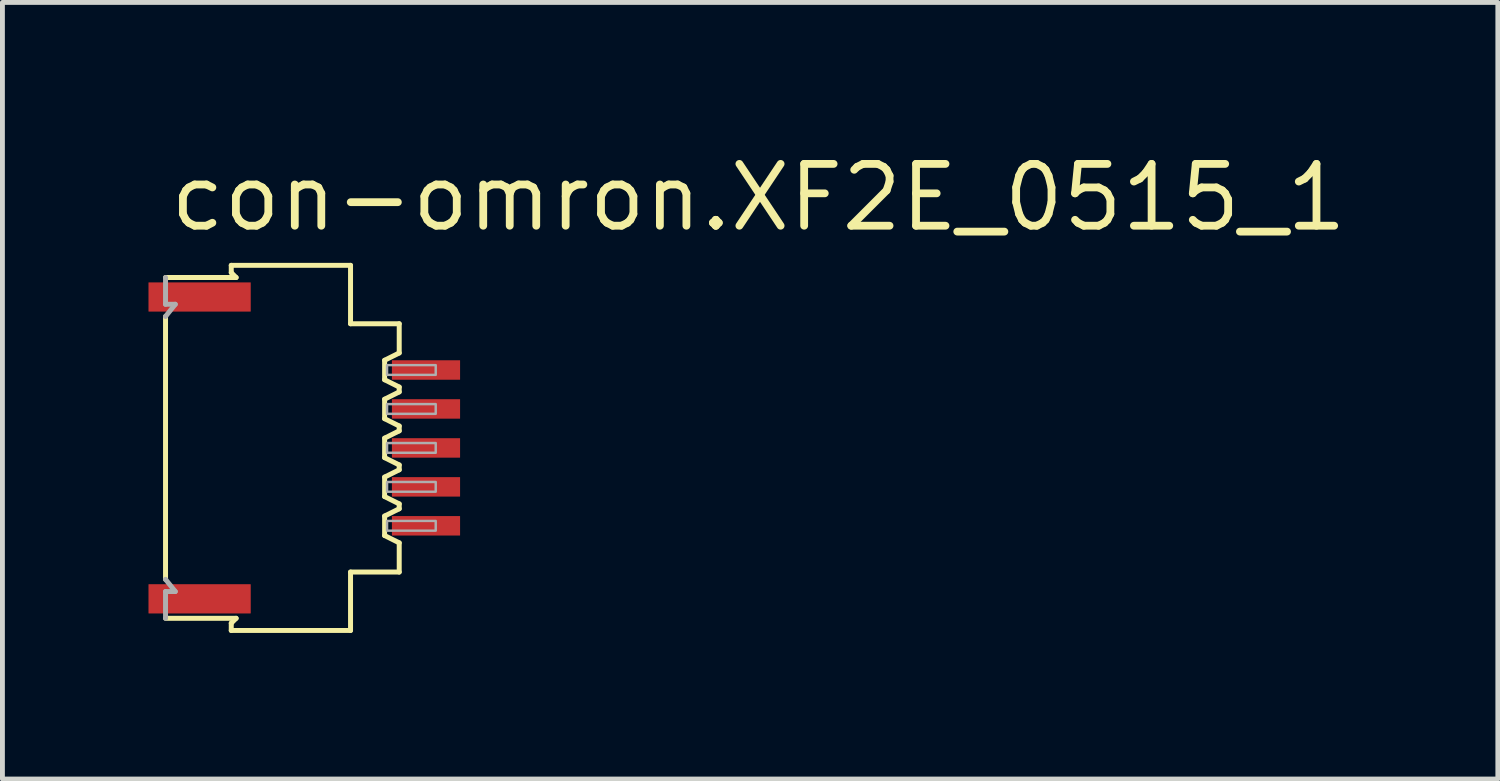
<source format=kicad_pcb>
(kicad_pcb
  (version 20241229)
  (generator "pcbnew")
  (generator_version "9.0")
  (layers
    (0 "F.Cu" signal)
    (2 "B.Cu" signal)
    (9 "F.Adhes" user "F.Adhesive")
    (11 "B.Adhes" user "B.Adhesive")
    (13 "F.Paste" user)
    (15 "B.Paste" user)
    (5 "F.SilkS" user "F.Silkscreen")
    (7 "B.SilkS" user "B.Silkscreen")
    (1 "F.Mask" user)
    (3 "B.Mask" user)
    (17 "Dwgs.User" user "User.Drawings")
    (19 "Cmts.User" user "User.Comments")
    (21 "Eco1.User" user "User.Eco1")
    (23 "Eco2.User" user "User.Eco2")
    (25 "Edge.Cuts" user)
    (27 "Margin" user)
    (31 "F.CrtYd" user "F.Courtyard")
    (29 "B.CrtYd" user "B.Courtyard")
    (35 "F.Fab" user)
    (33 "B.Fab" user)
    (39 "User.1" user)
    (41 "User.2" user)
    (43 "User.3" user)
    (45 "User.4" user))
  (footprint "con-omron.XF2E_0515_1"
    (layer "F.Cu")
    (at 3.16 6.15)
    (property "Reference" "con-omron.XF2E_0515_1" (at -2.8 -4.4 0) (layer "F.SilkS") (effects (font (size 1.27 1.27) (thickness 0.16)) (justify left bottom)))
    (attr smd)
    (fp_line (start -2.81 -2.7) (end -2.81 2.7) (stroke (width 0.102) (type default)) (layer "F.SilkS"))
    (fp_line (start -1.46 -3.75) (end -1.46 -3.6) (stroke (width 0.102) (type default)) (layer "F.SilkS"))
    (fp_line (start -1.46 -3.6) (end -1.36 -3.5) (stroke (width 0.102) (type default)) (layer "F.SilkS"))
    (fp_line (start -1.46 3.6) (end -1.46 3.75) (stroke (width 0.102) (type default)) (layer "F.SilkS"))
    (fp_line (start -1.36 -3.5) (end -2.81 -3.5) (stroke (width 0.102) (type default)) (layer "F.SilkS"))
    (fp_line (start -1.36 3.5) (end -2.81 3.5) (stroke (width 0.102) (type default)) (layer "F.SilkS"))
    (fp_line (start -1.36 3.5) (end -1.46 3.6) (stroke (width 0.102) (type default)) (layer "F.SilkS"))
    (fp_line (start 0.99 -3.75) (end -1.46 -3.75) (stroke (width 0.102) (type default)) (layer "F.SilkS"))
    (fp_line (start 0.99 -2.55) (end 0.99 -3.75) (stroke (width 0.102) (type default)) (layer "F.SilkS"))
    (fp_line (start 0.99 2.55) (end 1.99 2.55) (stroke (width 0.102) (type default)) (layer "F.SilkS"))
    (fp_line (start 0.99 3.75) (end -1.46 3.75) (stroke (width 0.102) (type default)) (layer "F.SilkS"))
    (fp_line (start 0.99 3.75) (end 0.99 2.55) (stroke (width 0.102) (type default)) (layer "F.SilkS"))
    (fp_line (start 1.69 -1.8) (end 1.99 -1.95) (stroke (width 0.102) (type default)) (layer "F.SilkS"))
    (fp_line (start 1.69 -1.4) (end 1.69 -1.8) (stroke (width 0.102) (type default)) (layer "F.SilkS"))
    (fp_line (start 1.69 -1) (end 1.69 -0.6) (stroke (width 0.102) (type default)) (layer "F.SilkS"))
    (fp_line (start 1.69 -0.6) (end 1.99 -0.45) (stroke (width 0.102) (type default)) (layer "F.SilkS"))
    (fp_line (start 1.69 0.2) (end 1.69 -0.2) (stroke (width 0.102) (type default)) (layer "F.SilkS"))
    (fp_line (start 1.69 0.6) (end 1.69 1) (stroke (width 0.102) (type default)) (layer "F.SilkS"))
    (fp_line (start 1.69 1) (end 1.99 1.15) (stroke (width 0.102) (type default)) (layer "F.SilkS"))
    (fp_line (start 1.69 1.8) (end 1.69 1.4) (stroke (width 0.102) (type default)) (layer "F.SilkS"))
    (fp_line (start 1.69 1.8) (end 1.99 1.95) (stroke (width 0.102) (type default)) (layer "F.SilkS"))
    (fp_line (start 1.99 -2.55) (end 0.99 -2.55) (stroke (width 0.102) (type default)) (layer "F.SilkS"))
    (fp_line (start 1.99 -1.95) (end 1.99 -2.55) (stroke (width 0.102) (type default)) (layer "F.SilkS"))
    (fp_line (start 1.99 -1.25) (end 1.69 -1.4) (stroke (width 0.102) (type default)) (layer "F.SilkS"))
    (fp_line (start 1.99 -1.25) (end 1.99 -1.15) (stroke (width 0.102) (type default)) (layer "F.SilkS"))
    (fp_line (start 1.99 -1.15) (end 1.69 -1) (stroke (width 0.102) (type default)) (layer "F.SilkS"))
    (fp_line (start 1.99 -0.45) (end 1.99 -0.35) (stroke (width 0.102) (type default)) (layer "F.SilkS"))
    (fp_line (start 1.99 -0.35) (end 1.69 -0.2) (stroke (width 0.102) (type default)) (layer "F.SilkS"))
    (fp_line (start 1.99 0.35) (end 1.69 0.2) (stroke (width 0.102) (type default)) (layer "F.SilkS"))
    (fp_line (start 1.99 0.35) (end 1.99 0.45) (stroke (width 0.102) (type default)) (layer "F.SilkS"))
    (fp_line (start 1.99 0.45) (end 1.69 0.6) (stroke (width 0.102) (type default)) (layer "F.SilkS"))
    (fp_line (start 1.99 1.15) (end 1.99 1.25) (stroke (width 0.102) (type default)) (layer "F.SilkS"))
    (fp_line (start 1.99 1.25) (end 1.69 1.4) (stroke (width 0.102) (type default)) (layer "F.SilkS"))
    (fp_line (start 1.99 2.55) (end 1.99 1.95) (stroke (width 0.102) (type default)) (layer "F.SilkS"))
    (fp_line (start -2.81 -3.5) (end -2.81 -2.95) (stroke (width 0.102) (type default)) (layer "F.Fab"))
    (fp_line (start -2.81 -2.95) (end -2.61 -2.95) (stroke (width 0.102) (type default)) (layer "F.Fab"))
    (fp_line (start -2.81 2.7) (end -2.61 2.95) (stroke (width 0.102) (type default)) (layer "F.Fab"))
    (fp_line (start -2.81 2.95) (end -2.81 3.5) (stroke (width 0.102) (type default)) (layer "F.Fab"))
    (fp_line (start -2.81 2.95) (end -2.61 2.95) (stroke (width 0.102) (type default)) (layer "F.Fab"))
    (fp_line (start -2.61 -2.95) (end -2.81 -2.7) (stroke (width 0.102) (type default)) (layer "F.Fab"))
    (fp_rect (start 1.74 -1.5) (end 2.74 -1.7) (stroke (width 0.05) (type default)) (fill no) (layer "F.Fab"))
    (fp_rect (start 1.74 -0.7) (end 2.74 -0.9) (stroke (width 0.05) (type default)) (fill no) (layer "F.Fab"))
    (fp_rect (start 1.74 0.1) (end 2.74 -0.1) (stroke (width 0.05) (type default)) (fill no) (layer "F.Fab"))
    (fp_rect (start 1.74 0.9) (end 2.74 0.7) (stroke (width 0.05) (type default)) (fill no) (layer "F.Fab"))
    (fp_rect (start 1.74 1.7) (end 2.74 1.5) (stroke (width 0.05) (type default)) (fill no) (layer "F.Fab"))
    (pad "1" smd roundrect (at 2.54 -1.6) (size 1.4 0.4) (layers "F.Cu" "F.Mask" "F.Paste") (roundrect_rratio 0.01))
    (pad "2" smd roundrect (at 2.54 -0.8) (size 1.4 0.4) (layers "F.Cu" "F.Mask" "F.Paste") (roundrect_rratio 0.01))
    (pad "3" smd roundrect (at 2.54 0) (size 1.4 0.4) (layers "F.Cu" "F.Mask" "F.Paste") (roundrect_rratio 0.01))
    (pad "4" smd roundrect (at 2.54 0.8) (size 1.4 0.4) (layers "F.Cu" "F.Mask" "F.Paste") (roundrect_rratio 0.01))
    (pad "5" smd roundrect (at 2.54 1.6) (size 1.4 0.4) (layers "F.Cu" "F.Mask" "F.Paste") (roundrect_rratio 0.01))
    (pad "M1" smd roundrect (at -2.11 -3.1) (size 2.1 0.6) (layers "F.Cu" "F.Mask" "F.Paste") (roundrect_rratio 0.01))
    (pad "M2" smd roundrect (at -2.11 3.1) (size 2.1 0.6) (layers "F.Cu" "F.Mask" "F.Paste") (roundrect_rratio 0.01)))
  (gr_rect
    (start -3 -3)
    (end 27.716 12.951)
    (stroke (width 0.1) (type default))
    (fill no)
    (layer "Edge.Cuts")))
</source>
